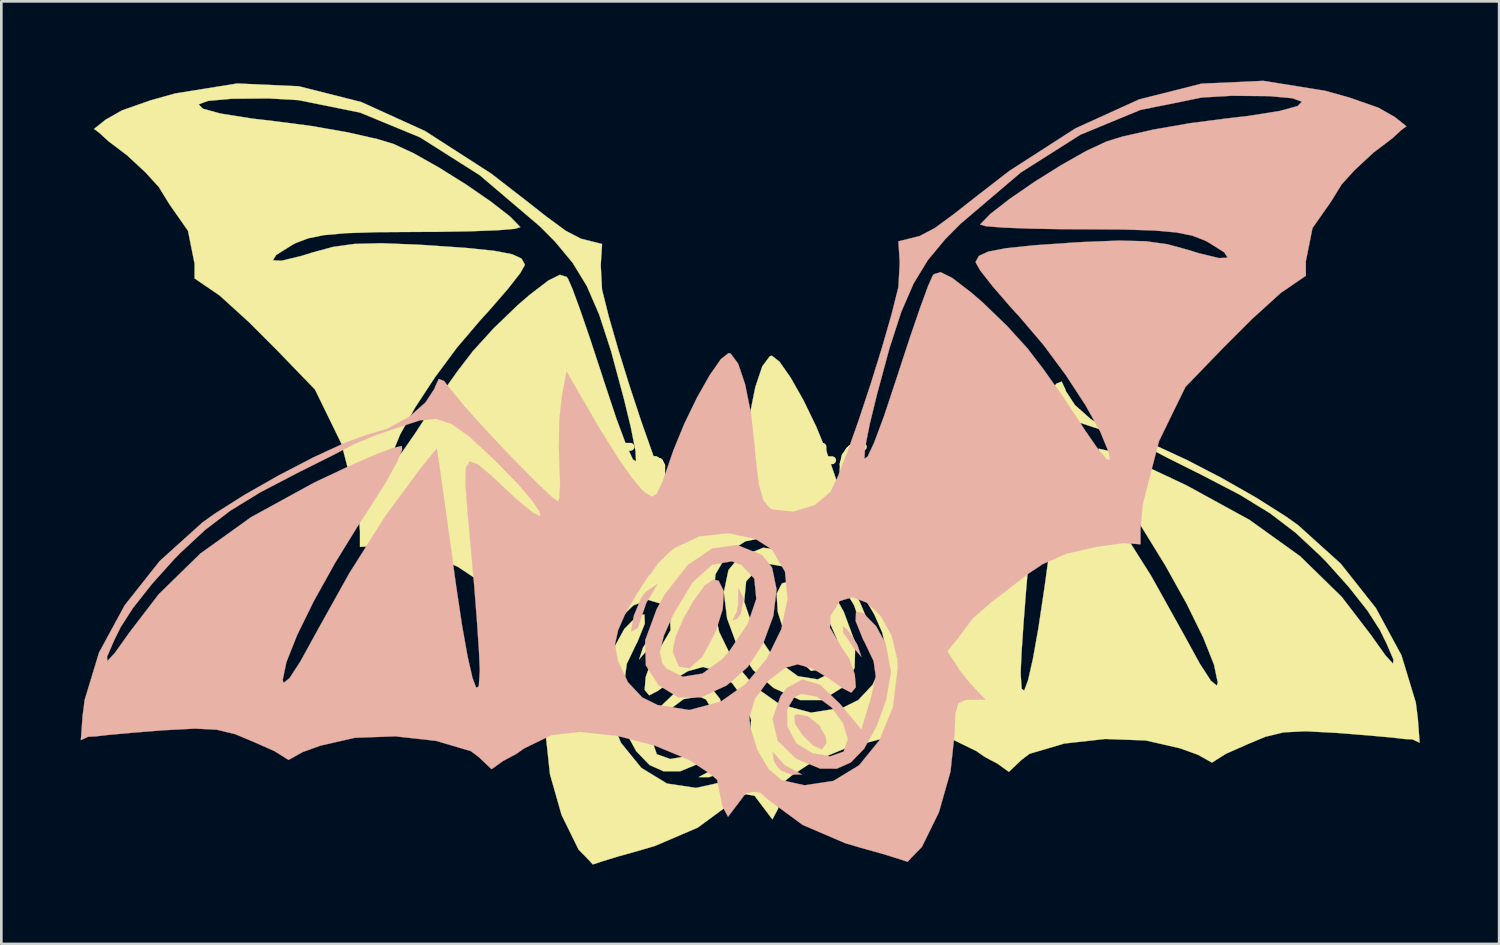
<source format=kicad_pcb>
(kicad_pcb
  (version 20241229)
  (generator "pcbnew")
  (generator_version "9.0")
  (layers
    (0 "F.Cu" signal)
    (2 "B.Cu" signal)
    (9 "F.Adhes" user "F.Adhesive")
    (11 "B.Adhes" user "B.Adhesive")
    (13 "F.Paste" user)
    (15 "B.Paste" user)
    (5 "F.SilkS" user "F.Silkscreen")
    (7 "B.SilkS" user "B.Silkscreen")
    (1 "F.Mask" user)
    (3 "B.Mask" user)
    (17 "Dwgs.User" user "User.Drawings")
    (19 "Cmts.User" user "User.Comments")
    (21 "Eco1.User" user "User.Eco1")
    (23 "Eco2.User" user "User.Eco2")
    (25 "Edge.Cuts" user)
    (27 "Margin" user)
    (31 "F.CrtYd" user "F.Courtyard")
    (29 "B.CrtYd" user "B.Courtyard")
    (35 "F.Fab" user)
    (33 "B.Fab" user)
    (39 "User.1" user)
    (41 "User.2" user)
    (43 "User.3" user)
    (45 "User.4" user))
  (footprint "The Bat60"
    (layer "F.Cu")
    (at 25.605 14.672)
    (property "Reference" "The Bat60" (at 0 0 0) (layer "F.SilkS") (effects (font (size 1.524 1.524) (thickness 0.3))))
    (attr through_hole)
    (fp_poly (pts (xy -1.337 11.363) (xy -1.471 11.497) (xy -1.85 11.65) (xy -2.25 11.65) (xy -1.6 11.3) (xy -1.15 10.8) (xy -1.2 11.145) (xy -1.337 11.363)) (stroke (width 0.01) (type solid)) (fill yes) (layer "F.SilkS"))
    (fp_poly (pts (xy 0.15 5.2) (xy 0.2 5.5) (xy 0.368 5.827) (xy 0.189 5.754) (xy 0.063 5.577) (xy -0.05 5) (xy 0.15 4.6) (xy 0.15 5)) (stroke (width 0.01) (type solid)) (fill yes) (layer "F.SilkS"))
    (fp_poly (pts (xy 3.8 4.95) (xy 3.85 5.05) (xy 4.1 5.65) (xy 4.2 6.25) (xy 3.951 6.11) (xy 3.627 5.158) (xy 3.2 4.45) (xy 3.65 4.75)) (stroke (width 0.01) (type solid)) (fill yes) (layer "F.SilkS"))
    (fp_poly (pts (xy -3.827 6.322) (xy -3.9 6.4) (xy -4.2 6.85) (xy -4.5 7.2) (xy -4.35 6.75) (xy -4.144 6.417) (xy -3.95 6.162) (xy -3.8 6.05) (xy -3.827 6.322)) (stroke (width 0.01) (type solid)) (fill yes) (layer "F.SilkS"))
    (fp_poly (pts (xy -1.975 9.433) (xy -1.997 9.729) (xy -2.283 10.165) (xy -2.679 10.55) (xy -3.002 10.695) (xy -3.17 10.483) (xy -3.161 10.255) (xy -2.911 9.797) (xy -2.482 9.457) (xy -2.074 9.375) (xy -1.975 9.433)) (stroke (width 0.01) (type solid)) (fill yes) (layer "F.SilkS"))
    (fp_poly (pts (xy 1.407 4.5) (xy 1.821 5.054) (xy 2.226 5.768) (xy 2.526 6.472) (xy 2.626 6.994) (xy 2.623 7.017) (xy 2.394 7.565) (xy 2.001 7.634) (xy 1.532 7.214) (xy 1.478 7.135) (xy 1.006 6.246) (xy 0.74 5.402) (xy 0.697 4.723) (xy 0.895 4.33) (xy 1.082 4.278) (xy 1.407 4.5)) (stroke (width 0.01) (type solid)) (fill yes) (layer "F.SilkS"))
    (fp_poly (pts (xy 1.14 3.113) (xy 2.063 3.739) (xy 2.921 4.837) (xy 3.235 5.4) (xy 3.671 6.579) (xy 3.645 7.526) (xy 3.158 8.278) (xy 2.412 8.737) (xy 1.586 8.737) (xy 0.586 8.282) (xy -0.199 7.594) (xy -0.798 6.673) (xy -1.175 5.651) (xy -1.252 5.016) (xy -0.529 5.016) (xy -0.209 5.956) (xy 0.492 6.992) (xy 0.762 7.298) (xy 1.504 7.835) (xy 2.252 7.955) (xy 2.873 7.647) (xy 3.027 7.45) (xy 3.122 7.037) (xy 2.964 6.401) (xy 2.59 5.558) (xy 1.873 4.375) (xy 1.142 3.719) (xy 0.399 3.593) (xy 0.033 3.725) (xy -0.454 4.247) (xy -0.529 5.016) (xy -1.252 5.016) (xy -1.296 4.658) (xy -1.124 3.826) (xy -0.743 3.357) (xy 0.192 2.979) (xy 1.14 3.113)) (stroke (width 0.01) (type solid)) (fill yes) (layer "F.SilkS"))
    (fp_poly (pts (xy -4.284 5.85) (xy -4.564 6.542) (xy -4.622 6.649) (xy -4.965 7.366) (xy -5.044 7.941) (xy -4.889 8.67) (xy -4.845 8.822) (xy -4.503 9.963) (xy -3.702 8.992) (xy -2.943 8.266) (xy -2.28 8.061) (xy -1.694 8.373) (xy -1.447 8.688) (xy -1.146 9.556) (xy -1.343 10.373) (xy -2.006 11.022) (xy -2.13 11.091) (xy -2.943 11.427) (xy -3.574 11.429) (xy -4.103 11.194) (xy -4.605 10.675) (xy -4.804 10.313) (xy -3.993 10.313) (xy -3.832 10.784) (xy -3.323 10.965) (xy -2.65 10.85) (xy -2.058 10.484) (xy -2.025 10.449) (xy -1.699 9.829) (xy -1.689 9.186) (xy -1.974 8.714) (xy -2.23 8.601) (xy -2.818 8.702) (xy -3.381 9.119) (xy -3.809 9.706) (xy -3.993 10.313) (xy -4.804 10.313) (xy -5.078 9.815) (xy -5.439 8.805) (xy -5.606 7.835) (xy -5.609 7.723) (xy -5.413 6.694) (xy -5.059 6.049) (xy -4.57 5.55) (xy -4.299 5.501) (xy -4.284 5.85)) (stroke (width 0.01) (type solid)) (fill yes) (layer "F.SilkS"))
    (fp_poly (pts (xy -17.358 -14.461) (xy -14.999 -13.865) (xy -12.588 -12.769) (xy -10.096 -11.165) (xy -8.823 -10.18) (xy -8.024 -9.552) (xy -7.278 -9.003) (xy -6.7 -8.7) (xy -5.9 -8.5) (xy -5.95 -7.7) (xy -5.901 -6.776) (xy -5.644 -5.75) (xy -5.282 -4.492) (xy -4.857 -3.124) (xy -4.41 -1.772) (xy -3.982 -0.559) (xy -3.613 0.392) (xy -3.345 0.956) (xy -3.337 0.968) (xy -2.748 1.47) (xy -1.932 1.718) (xy -1.153 1.641) (xy -1.044 1.591) (xy -0.793 1.293) (xy -0.616 0.658) (xy -0.492 -0.402) (xy -0.468 -0.724) (xy -0.326 -2.004) (xy -0.109 -3.089) (xy 0.155 -3.874) (xy 0.438 -4.257) (xy 0.518 -4.278) (xy 0.808 -4.05) (xy 1.229 -3.447) (xy 1.713 -2.592) (xy 2.192 -1.605) (xy 2.6 -0.611) (xy 2.693 -0.343) (xy 3.002 0.557) (xy 3.217 1.029) (xy 3.411 1.154) (xy 3.657 1.012) (xy 3.8 0.886) (xy 4.181 0.433) (xy 4.72 -0.343) (xy 5.318 -1.297) (xy 5.489 -1.587) (xy 6.641 -3.575) (xy 6.822 -2.61) (xy 6.91 -1.771) (xy 6.931 -0.712) (xy 6.911 -0.154) (xy 6.883 0.657) (xy 6.909 1.198) (xy 6.959 1.337) (xy 7.208 1.155) (xy 7.72 0.674) (xy 8.4 -0.008) (xy 9.155 -0.792) (xy 9.89 -1.581) (xy 10.509 -2.275) (xy 10.898 -2.75) (xy 11.277 -3.226) (xy 11.472 -3.299) (xy 11.611 -3.002) (xy 11.633 -2.932) (xy 11.972 -2.414) (xy 12.565 -1.887) (xy 12.657 -1.825) (xy 13.45 -1.4) (xy 13.8 -1.2) (xy 12.967 -1.48) (xy 12.182 -1.736) (xy 11.564 -1.793) (xy 10.985 -1.605) (xy 10.317 -1.126) (xy 9.434 -0.308) (xy 9.257 -0.137) (xy 8.482 0.662) (xy 7.941 1.297) (xy 7.653 1.722) (xy 7.639 1.89) (xy 7.919 1.754) (xy 8.512 1.267) (xy 8.761 1.038) (xy 9.49 0.355) (xy 9.991 -0.068) (xy 10.298 -0.185) (xy 10.443 0.052) (xy 10.459 0.687) (xy 10.378 1.768) (xy 10.251 3.154) (xy 10.127 4.586) (xy 10.025 5.904) (xy 9.953 6.978) (xy 9.922 7.676) (xy 9.922 7.754) (xy 9.959 8.312) (xy 10.055 8.378) (xy 10.199 7.991) (xy 10.382 7.19) (xy 10.592 6.012) (xy 10.819 4.497) (xy 10.84 4.348) (xy 11.024 3.01) (xy 11.196 1.777) (xy 11.333 0.798) (xy 11.409 0.267) (xy 11.547 -0.668) (xy 12.198 0.134) (xy 13.497 1.898) (xy 14.853 4.043) (xy 16.101 6.283) (xy 16.693 7.362) (xy 17.109 8.004) (xy 17.334 8.189) (xy 17.371 8.082) (xy 17.229 7.4) (xy 16.821 6.374) (xy 16.193 5.094) (xy 15.389 3.651) (xy 14.456 2.135) (xy 14.115 1.616) (xy 13.51 0.663) (xy 13.074 -0.115) (xy 12.858 -0.621) (xy 12.868 -0.765) (xy 13.202 -0.69) (xy 13.912 -0.416) (xy 14.899 0.015) (xy 16.062 0.562) (xy 16.21 0.634) (xy 18.565 1.924) (xy 20.482 3.299) (xy 22.057 4.838) (xy 23.162 6.28) (xy 23.711 7.052) (xy 23.995 7.36) (xy 24.01 7.207) (xy 23.749 6.596) (xy 23.492 6.077) (xy 23.029 5.358) (xy 22.309 4.446) (xy 21.467 3.508) (xy 21.239 3.276) (xy 20.307 2.409) (xy 19.348 1.678) (xy 18.21 0.98) (xy 16.741 0.215) (xy 16.53 0.111) (xy 15.458 -0.425) (xy 14.656 -0.847) (xy 13.8 -1.2) (xy 13.45 -1.4) (xy 14.171 -1.193) (xy 15.048 -0.872) (xy 16.216 -0.332) (xy 17.521 0.346) (xy 18.812 1.08) (xy 19.934 1.79) (xy 20.401 2.122) (xy 22.019 3.582) (xy 23.345 5.258) (xy 24.313 7.044) (xy 24.856 8.831) (xy 24.933 9.436) (xy 25 10.35) (xy 24.727 10.223) (xy 24.464 10.212) (xy 23.948 10.153) (xy 23.072 10.074) (xy 22.012 9.989) (xy 21.836 9.976) (xy 20.682 9.916) (xy 19.857 9.958) (xy 19.16 10.128) (xy 18.455 10.424) (xy 17.682 10.766) (xy 17.15 11.1) (xy 16.617 10.802) (xy 15.937 10.558) (xy 14.646 10.263) (xy 13.115 10.208) (xy 11.574 10.379) (xy 10.256 10.768) (xy 9.95 11) (xy 9.475 11.45) (xy 9.041 11.138) (xy 8.555 10.881) (xy 8.248 10.665) (xy 7.203 10.156) (xy 6.149 10.037) (xy 4.747 10.183) (xy 3.312 10.555) (xy 2.025 11.09) (xy 1.25 11.6) (xy 0.95 11.85) (xy 0.75 12.85) (xy 0.538 13.247) (xy -0.138 12.353) (xy -0.45 12.3) (xy -0.677 12.333) (xy -0.99 12.607) (xy -2.281 13.556) (xy -3.891 14.247) (xy -4.495 14.425) (xy -5.286 14.646) (xy -5.887 14.831) (xy -6.25 14.95) (xy -6.406 14.779) (xy -6.788 14.388) (xy -7.43 13.081) (xy -7.869 11.541) (xy -8.021 10.126) (xy -8.048 9.341) (xy -8.169 8.954) (xy -8.444 8.83) (xy -8.602 8.823) (xy -9.184 8.823) (xy -8.602 8.204) (xy -8.195 7.695) (xy -8.159 7.619) (xy -5.882 7.619) (xy -5.697 9.103) (xy -5.186 10.352) (xy -4.414 11.302) (xy -3.446 11.892) (xy -2.348 12.057) (xy -1.483 11.865) (xy -0.989 11.447) (xy -0.559 10.707) (xy -0.299 9.857) (xy -0.267 9.493) (xy -0.473 8.79) (xy -0.98 8.103) (xy -1.624 7.614) (xy -2.091 7.486) (xy -2.657 7.646) (xy -3.281 8.021) (xy -3.795 8.391) (xy -4.112 8.555) (xy -4.12 8.556) (xy -4.291 8.352) (xy -4.251 7.863) (xy -4.039 7.274) (xy -3.718 6.791) (xy -3.312 6.1) (xy -3.327 5.662) (xy -3.679 5.094) (xy -3.91 5.025) (xy -1.715 5.025) (xy -1.474 6.161) (xy -0.932 7.27) (xy -0.127 8.235) (xy 0.809 8.893) (xy 1.997 9.213) (xy 3.205 9.023) (xy 3.782 8.737) (xy 4.323 8.162) (xy 4.71 7.338) (xy 4.813 6.734) (xy 4.69 6.186) (xy 4.391 5.503) (xy 4.015 4.869) (xy 3.85 4.6) (xy 3.75 4.45) (xy 3.65 4.3) (xy 3.55 4.15) (xy 3.5 4.1) (xy 3.446 4.035) (xy 3.191 3.669) (xy 2.758 3.241) (xy 2.57 3.091) (xy 1.617 2.644) (xy 0.532 2.527) (xy -0.486 2.738) (xy -1.129 3.149) (xy -1.613 3.982) (xy -1.715 5.025) (xy -3.91 5.025) (xy -4.17 4.948) (xy -4.718 5.16) (xy -5.24 5.666) (xy -5.65 6.403) (xy -5.867 7.307) (xy -5.882 7.619) (xy -8.159 7.619) (xy -7.75 7) (xy -7.9 6.8) (xy -8.15 6.5) (xy -8.704 5.75) (xy -9.45 5.1) (xy -10.05 4.65) (xy -10.75 4.1) (xy -11.35 3.7) (xy -12.25 3.3) (xy -13.35 3.05) (xy -14.4 2.9) (xy -15.05 2.95) (xy -15.05 2.35) (xy -15.128 1.452) (xy -15.132 1.434) (xy -15.75 -0.95) (xy -16.75 -3) (xy -18.2 -4.5) (xy -19.25 -5.55) (xy -20.35 -6.55) (xy -21.3 -7.2) (xy -21.3 -7.75) (xy -21.55 -9) (xy -22.25 -10) (xy -22.65 -10.65) (xy -23.15 -11.2) (xy -23.85 -11.85) (xy -24.568 -12.394) (xy -24.9 -12.7) (xy -25.1 -12.85) (xy -24.667 -13.196) (xy -24.044 -13.551) (xy -23.392 -13.779) (xy -21.148 -13.779) (xy -20.989 -13.614) (xy -20.314 -13.429) (xy -19.128 -13.241) (xy -18.318 -13.147) (xy -16.912 -12.965) (xy -15.537 -12.725) (xy -14.378 -12.463) (xy -13.771 -12.277) (xy -13.008 -11.922) (xy -12.054 -11.383) (xy -11.04 -10.748) (xy -10.102 -10.102) (xy -9.372 -9.534) (xy -8.986 -9.137) (xy -9.197 -9.074) (xy -9.852 -9.02) (xy -10.863 -8.981) (xy -12.138 -8.959) (xy -12.792 -8.957) (xy -14.399 -8.947) (xy -15.57 -8.91) (xy -16.407 -8.836) (xy -17.007 -8.715) (xy -17.472 -8.538) (xy -17.604 -8.469) (xy -18.215 -8.086) (xy -18.343 -7.883) (xy -18.015 -7.868) (xy -17.254 -8.052) (xy -16.849 -8.178) (xy -16.072 -8.39) (xy -15.252 -8.504) (xy -14.239 -8.529) (xy -12.878 -8.476) (xy -12.553 -8.457) (xy -11.035 -8.352) (xy -9.977 -8.243) (xy -9.305 -8.115) (xy -8.946 -7.952) (xy -8.825 -7.74) (xy -8.823 -7.698) (xy -8.994 -7.397) (xy -9.453 -6.811) (xy -10.119 -6.041) (xy -10.514 -5.606) (xy -11.387 -4.58) (xy -12.228 -3.445) (xy -12.967 -2.315) (xy -13.532 -1.301) (xy -13.854 -0.517) (xy -13.901 -0.23) (xy -13.772 -0.261) (xy -13.432 -0.668) (xy -12.947 -1.368) (xy -12.8 -1.597) (xy -12.11 -2.639) (xy -11.374 -3.678) (xy -10.78 -4.453) (xy -10.006 -5.304) (xy -9.084 -6.193) (xy -8.645 -6.572) (xy -7.93 -7.12) (xy -7.496 -7.335) (xy -7.242 -7.259) (xy -7.19 -7.192) (xy -7.021 -6.809) (xy -6.732 -6.021) (xy -6.359 -4.936) (xy -5.939 -3.659) (xy -5.837 -3.342) (xy -5.357 -1.896) (xy -4.985 -0.898) (xy -4.734 -0.358) (xy -4.615 -0.285) (xy -4.638 -0.69) (xy -4.815 -1.582) (xy -5.077 -2.662) (xy -5.561 -4.456) (xy -6.009 -5.834) (xy -6.475 -6.909) (xy -7.013 -7.791) (xy -7.678 -8.591) (xy -8.252 -9.168) (xy -10.527 -11.103) (xy -12.776 -12.529) (xy -15.044 -13.466) (xy -17.374 -13.937) (xy -18.502 -14.002) (xy -19.908 -13.989) (xy -20.789 -13.909) (xy -21.148 -13.779) (xy -23.392 -13.779) (xy -22.956 -13.932) (xy -22.029 -14.191) (xy -19.692 -14.567) (xy -17.358 -14.461)) (stroke (width 0.01) (type solid)) (fill yes) (layer "F.SilkS"))
    (fp_poly (pts (xy -4.4 4.85) (xy -4.45 4.95) (xy -4.7 5.55) (xy -4.8 6.15) (xy -4.551 6.01) (xy -4.227 5.058) (xy -3.8 4.35) (xy -4.25 4.65)) (stroke (width 0.01) (type solid)) (fill yes) (layer "B.SilkS"))
    (fp_poly (pts (xy -0.75 5.1) (xy -0.8 5.4) (xy -0.968 5.727) (xy -0.789 5.654) (xy -0.663 5.477) (xy -0.55 4.9) (xy -0.75 4.5) (xy -0.75 4.9)) (stroke (width 0.01) (type solid)) (fill yes) (layer "B.SilkS"))
    (fp_poly (pts (xy 0.737 11.263) (xy 0.871 11.397) (xy 1.25 11.55) (xy 1.65 11.55) (xy 1 11.2) (xy 0.55 10.7) (xy 0.6 11.045) (xy 0.737 11.263)) (stroke (width 0.01) (type solid)) (fill yes) (layer "B.SilkS"))
    (fp_poly (pts (xy 3.227 6.222) (xy 3.3 6.3) (xy 3.6 6.75) (xy 3.9 7.1) (xy 3.75 6.65) (xy 3.544 6.317) (xy 3.35 6.062) (xy 3.2 5.95) (xy 3.227 6.222)) (stroke (width 0.01) (type solid)) (fill yes) (layer "B.SilkS"))
    (fp_poly (pts (xy 1.375 9.333) (xy 1.397 9.629) (xy 1.683 10.065) (xy 2.079 10.45) (xy 2.402 10.595) (xy 2.57 10.383) (xy 2.561 10.155) (xy 2.311 9.697) (xy 1.882 9.357) (xy 1.474 9.275) (xy 1.375 9.333)) (stroke (width 0.01) (type solid)) (fill yes) (layer "B.SilkS"))
    (fp_poly (pts (xy -2.007 4.4) (xy -2.421 4.954) (xy -2.826 5.668) (xy -3.126 6.372) (xy -3.226 6.894) (xy -3.223 6.917) (xy -2.994 7.465) (xy -2.601 7.534) (xy -2.132 7.114) (xy -2.078 7.035) (xy -1.606 6.146) (xy -1.34 5.302) (xy -1.297 4.623) (xy -1.495 4.23) (xy -1.682 4.178) (xy -2.007 4.4)) (stroke (width 0.01) (type solid)) (fill yes) (layer "B.SilkS"))
    (fp_poly (pts (xy -1.74 3.013) (xy -2.663 3.639) (xy -3.521 4.737) (xy -3.835 5.3) (xy -4.271 6.479) (xy -4.245 7.426) (xy -3.758 8.178) (xy -3.012 8.637) (xy -2.186 8.637) (xy -1.186 8.182) (xy -0.401 7.494) (xy 0.198 6.573) (xy 0.575 5.551) (xy 0.652 4.916) (xy -0.071 4.916) (xy -0.391 5.856) (xy -1.092 6.892) (xy -1.362 7.198) (xy -2.104 7.735) (xy -2.852 7.855) (xy -3.473 7.547) (xy -3.627 7.35) (xy -3.722 6.937) (xy -3.564 6.301) (xy -3.19 5.458) (xy -2.473 4.275) (xy -1.742 3.619) (xy -0.999 3.493) (xy -0.633 3.625) (xy -0.146 4.147) (xy -0.071 4.916) (xy 0.652 4.916) (xy 0.696 4.558) (xy 0.524 3.726) (xy 0.143 3.257) (xy -0.792 2.879) (xy -1.74 3.013)) (stroke (width 0.01) (type solid)) (fill yes) (layer "B.SilkS"))
    (fp_poly (pts (xy 3.684 5.75) (xy 3.964 6.442) (xy 4.022 6.549) (xy 4.365 7.266) (xy 4.444 7.841) (xy 4.289 8.57) (xy 4.245 8.722) (xy 3.903 9.863) (xy 3.102 8.892) (xy 2.343 8.166) (xy 1.68 7.961) (xy 1.094 8.273) (xy 0.847 8.588) (xy 0.546 9.456) (xy 0.743 10.273) (xy 1.406 10.922) (xy 1.53 10.991) (xy 2.343 11.327) (xy 2.974 11.329) (xy 3.503 11.094) (xy 4.005 10.575) (xy 4.204 10.213) (xy 3.393 10.213) (xy 3.232 10.684) (xy 2.723 10.865) (xy 2.05 10.75) (xy 1.458 10.384) (xy 1.425 10.349) (xy 1.099 9.729) (xy 1.089 9.086) (xy 1.374 8.614) (xy 1.63 8.501) (xy 2.218 8.602) (xy 2.781 9.019) (xy 3.209 9.606) (xy 3.393 10.213) (xy 4.204 10.213) (xy 4.478 9.715) (xy 4.839 8.705) (xy 5.006 7.735) (xy 5.009 7.623) (xy 4.813 6.594) (xy 4.459 5.949) (xy 3.97 5.45) (xy 3.699 5.401) (xy 3.684 5.75)) (stroke (width 0.01) (type solid)) (fill yes) (layer "B.SilkS"))
    (fp_poly (pts (xy 16.758 -14.561) (xy 14.399 -13.965) (xy 11.988 -12.869) (xy 9.496 -11.265) (xy 8.223 -10.28) (xy 7.424 -9.652) (xy 6.678 -9.103) (xy 6.1 -8.8) (xy 5.3 -8.6) (xy 5.35 -7.8) (xy 5.301 -6.876) (xy 5.044 -5.85) (xy 4.682 -4.592) (xy 4.257 -3.224) (xy 3.81 -1.872) (xy 3.382 -0.659) (xy 3.013 0.292) (xy 2.745 0.856) (xy 2.737 0.868) (xy 2.148 1.37) (xy 1.332 1.618) (xy 0.553 1.541) (xy 0.444 1.491) (xy 0.193 1.193) (xy 0.016 0.558) (xy -0.108 -0.502) (xy -0.132 -0.824) (xy -0.274 -2.104) (xy -0.491 -3.189) (xy -0.755 -3.974) (xy -1.038 -4.357) (xy -1.118 -4.378) (xy -1.408 -4.15) (xy -1.829 -3.547) (xy -2.313 -2.692) (xy -2.792 -1.705) (xy -3.2 -0.711) (xy -3.293 -0.443) (xy -3.602 0.457) (xy -3.817 0.929) (xy -4.011 1.054) (xy -4.257 0.912) (xy -4.4 0.786) (xy -4.781 0.333) (xy -5.32 -0.443) (xy -5.918 -1.397) (xy -6.089 -1.687) (xy -7.241 -3.675) (xy -7.422 -2.71) (xy -7.51 -1.871) (xy -7.531 -0.812) (xy -7.511 -0.254) (xy -7.483 0.557) (xy -7.509 1.098) (xy -7.559 1.237) (xy -7.808 1.055) (xy -8.32 0.574) (xy -9 -0.108) (xy -9.755 -0.892) (xy -10.49 -1.681) (xy -11.109 -2.375) (xy -11.498 -2.85) (xy -11.877 -3.326) (xy -12.072 -3.399) (xy -12.211 -3.102) (xy -12.233 -3.032) (xy -12.572 -2.514) (xy -13.165 -1.987) (xy -13.257 -1.925) (xy -14.05 -1.5) (xy -14.4 -1.3) (xy -13.567 -1.58) (xy -12.782 -1.836) (xy -12.164 -1.893) (xy -11.585 -1.705) (xy -10.917 -1.226) (xy -10.034 -0.408) (xy -9.857 -0.237) (xy -9.082 0.562) (xy -8.541 1.197) (xy -8.253 1.622) (xy -8.239 1.79) (xy -8.519 1.654) (xy -9.112 1.167) (xy -9.361 0.938) (xy -10.09 0.255) (xy -10.591 -0.168) (xy -10.898 -0.285) (xy -11.043 -0.048) (xy -11.059 0.587) (xy -10.978 1.668) (xy -10.851 3.054) (xy -10.727 4.486) (xy -10.625 5.804) (xy -10.553 6.878) (xy -10.522 7.576) (xy -10.522 7.654) (xy -10.559 8.212) (xy -10.655 8.278) (xy -10.799 7.891) (xy -10.982 7.09) (xy -11.192 5.912) (xy -11.419 4.397) (xy -11.44 4.248) (xy -11.624 2.91) (xy -11.796 1.677) (xy -11.933 0.698) (xy -12.009 0.167) (xy -12.147 -0.768) (xy -12.798 0.034) (xy -14.097 1.798) (xy -15.453 3.943) (xy -16.701 6.183) (xy -17.293 7.262) (xy -17.709 7.904) (xy -17.934 8.089) (xy -17.971 7.982) (xy -17.829 7.3) (xy -17.421 6.274) (xy -16.793 4.994) (xy -15.989 3.551) (xy -15.056 2.035) (xy -14.715 1.516) (xy -14.11 0.563) (xy -13.674 -0.215) (xy -13.458 -0.721) (xy -13.468 -0.865) (xy -13.802 -0.79) (xy -14.512 -0.516) (xy -15.499 -0.085) (xy -16.662 0.462) (xy -16.81 0.534) (xy -19.165 1.824) (xy -21.082 3.199) (xy -22.657 4.738) (xy -23.762 6.18) (xy -24.311 6.952) (xy -24.595 7.26) (xy -24.61 7.107) (xy -24.349 6.496) (xy -24.092 5.977) (xy -23.629 5.258) (xy -22.909 4.346) (xy -22.067 3.408) (xy -21.839 3.176) (xy -20.907 2.309) (xy -19.948 1.578) (xy -18.81 0.88) (xy -17.341 0.115) (xy -17.13 0.011) (xy -16.058 -0.525) (xy -15.256 -0.947) (xy -14.4 -1.3) (xy -14.05 -1.5) (xy -14.771 -1.293) (xy -15.648 -0.972) (xy -16.816 -0.432) (xy -18.121 0.246) (xy -19.412 0.98) (xy -20.534 1.69) (xy -21.001 2.022) (xy -22.619 3.482) (xy -23.945 5.158) (xy -24.913 6.944) (xy -25.456 8.731) (xy -25.533 9.336) (xy -25.6 10.25) (xy -25.327 10.123) (xy -25.064 10.112) (xy -24.548 10.053) (xy -23.672 9.974) (xy -22.612 9.889) (xy -22.436 9.876) (xy -21.282 9.816) (xy -20.457 9.858) (xy -19.76 10.028) (xy -19.055 10.324) (xy -18.282 10.666) (xy -17.75 11) (xy -17.217 10.702) (xy -16.537 10.458) (xy -15.246 10.163) (xy -13.715 10.108) (xy -12.174 10.279) (xy -10.856 10.668) (xy -10.55 10.9) (xy -10.075 11.35) (xy -9.641 11.038) (xy -9.155 10.781) (xy -8.848 10.565) (xy -7.803 10.056) (xy -6.749 9.937) (xy -5.347 10.083) (xy -3.912 10.455) (xy -2.625 10.99) (xy -1.85 11.5) (xy -1.55 11.75) (xy -1.35 12.75) (xy -1.138 13.147) (xy -0.462 12.253) (xy -0.15 12.2) (xy 0.077 12.233) (xy 0.39 12.507) (xy 1.681 13.456) (xy 3.291 14.147) (xy 3.895 14.325) (xy 4.686 14.546) (xy 5.287 14.731) (xy 5.65 14.85) (xy 5.806 14.679) (xy 6.188 14.288) (xy 6.83 12.981) (xy 7.269 11.441) (xy 7.421 10.026) (xy 7.448 9.241) (xy 7.569 8.854) (xy 7.844 8.73) (xy 8.002 8.723) (xy 8.584 8.723) (xy 8.002 8.104) (xy 7.595 7.595) (xy 7.559 7.519) (xy 5.282 7.519) (xy 5.097 9.003) (xy 4.586 10.252) (xy 3.814 11.202) (xy 2.846 11.792) (xy 1.748 11.957) (xy 0.883 11.765) (xy 0.389 11.347) (xy -0.041 10.607) (xy -0.301 9.757) (xy -0.333 9.393) (xy -0.127 8.69) (xy 0.38 8.003) (xy 1.024 7.514) (xy 1.491 7.386) (xy 2.057 7.546) (xy 2.681 7.921) (xy 3.195 8.291) (xy 3.512 8.455) (xy 3.52 8.456) (xy 3.691 8.252) (xy 3.651 7.763) (xy 3.439 7.174) (xy 3.118 6.691) (xy 2.712 6) (xy 2.727 5.562) (xy 3.079 4.994) (xy 3.31 4.925) (xy 1.115 4.925) (xy 0.874 6.061) (xy 0.332 7.17) (xy -0.473 8.135) (xy -1.409 8.793) (xy -2.597 9.113) (xy -3.805 8.923) (xy -4.382 8.637) (xy -4.923 8.062) (xy -5.31 7.238) (xy -5.413 6.634) (xy -5.29 6.086) (xy -4.991 5.403) (xy -4.615 4.769) (xy -4.45 4.5) (xy -4.35 4.35) (xy -4.25 4.2) (xy -4.15 4.05) (xy -4.1 4) (xy -4.046 3.935) (xy -3.791 3.569) (xy -3.358 3.141) (xy -3.17 2.991) (xy -2.217 2.544) (xy -1.132 2.427) (xy -0.114 2.638) (xy 0.529 3.049) (xy 1.013 3.882) (xy 1.115 4.925) (xy 3.31 4.925) (xy 3.57 4.848) (xy 4.118 5.06) (xy 4.64 5.566) (xy 5.05 6.303) (xy 5.267 7.207) (xy 5.282 7.519) (xy 7.559 7.519) (xy 7.15 6.9) (xy 7.3 6.7) (xy 7.55 6.4) (xy 8.104 5.65) (xy 8.85 5) (xy 9.45 4.55) (xy 10.15 4) (xy 10.75 3.6) (xy 11.65 3.2) (xy 12.75 2.95) (xy 13.8 2.8) (xy 14.45 2.85) (xy 14.45 2.25) (xy 14.528 1.352) (xy 14.532 1.334) (xy 15.15 -1.05) (xy 16.15 -3.1) (xy 17.6 -4.6) (xy 18.65 -5.65) (xy 19.75 -6.65) (xy 20.7 -7.3) (xy 20.7 -7.85) (xy 20.95 -9.1) (xy 21.65 -10.1) (xy 22.05 -10.75) (xy 22.55 -11.3) (xy 23.25 -11.95) (xy 23.968 -12.494) (xy 24.3 -12.8) (xy 24.5 -12.95) (xy 24.067 -13.296) (xy 23.444 -13.651) (xy 22.792 -13.879) (xy 20.548 -13.879) (xy 20.389 -13.714) (xy 19.714 -13.529) (xy 18.528 -13.341) (xy 17.718 -13.247) (xy 16.312 -13.065) (xy 14.937 -12.825) (xy 13.778 -12.563) (xy 13.171 -12.377) (xy 12.408 -12.022) (xy 11.454 -11.483) (xy 10.44 -10.848) (xy 9.502 -10.202) (xy 8.772 -9.634) (xy 8.386 -9.237) (xy 8.597 -9.174) (xy 9.252 -9.12) (xy 10.263 -9.081) (xy 11.538 -9.059) (xy 12.192 -9.057) (xy 13.799 -9.047) (xy 14.97 -9.01) (xy 15.807 -8.936) (xy 16.407 -8.815) (xy 16.872 -8.638) (xy 17.004 -8.569) (xy 17.615 -8.186) (xy 17.743 -7.983) (xy 17.415 -7.968) (xy 16.654 -8.152) (xy 16.249 -8.278) (xy 15.472 -8.49) (xy 14.652 -8.604) (xy 13.639 -8.629) (xy 12.278 -8.576) (xy 11.953 -8.557) (xy 10.435 -8.452) (xy 9.377 -8.343) (xy 8.705 -8.215) (xy 8.346 -8.052) (xy 8.225 -7.84) (xy 8.223 -7.798) (xy 8.394 -7.497) (xy 8.853 -6.911) (xy 9.519 -6.141) (xy 9.914 -5.706) (xy 10.787 -4.68) (xy 11.628 -3.545) (xy 12.367 -2.415) (xy 12.932 -1.401) (xy 13.254 -0.617) (xy 13.301 -0.33) (xy 13.172 -0.361) (xy 12.832 -0.768) (xy 12.347 -1.468) (xy 12.2 -1.697) (xy 11.51 -2.739) (xy 10.774 -3.778) (xy 10.18 -4.553) (xy 9.406 -5.404) (xy 8.484 -6.293) (xy 8.045 -6.672) (xy 7.33 -7.22) (xy 6.896 -7.435) (xy 6.642 -7.359) (xy 6.59 -7.292) (xy 6.421 -6.909) (xy 6.132 -6.121) (xy 5.759 -5.036) (xy 5.339 -3.759) (xy 5.237 -3.442) (xy 4.757 -1.996) (xy 4.385 -0.998) (xy 4.134 -0.458) (xy 4.015 -0.385) (xy 4.038 -0.79) (xy 4.215 -1.682) (xy 4.477 -2.762) (xy 4.961 -4.556) (xy 5.409 -5.934) (xy 5.875 -7.009) (xy 6.413 -7.891) (xy 7.078 -8.691) (xy 7.652 -9.268) (xy 9.927 -11.203) (xy 12.176 -12.629) (xy 14.444 -13.566) (xy 16.774 -14.037) (xy 17.902 -14.102) (xy 19.308 -14.089) (xy 20.189 -14.009) (xy 20.548 -13.879) (xy 22.792 -13.879) (xy 22.356 -14.032) (xy 21.429 -14.291) (xy 19.092 -14.667) (xy 16.758 -14.561)) (stroke (width 0.01) (type solid)) (fill yes) (layer "B.SilkS")))
  (gr_rect
    (start -3 -3)
    (end 53.61 32.627)
    (stroke (width 0.1) (type default))
    (fill no)
    (layer "Edge.Cuts")))
</source>
